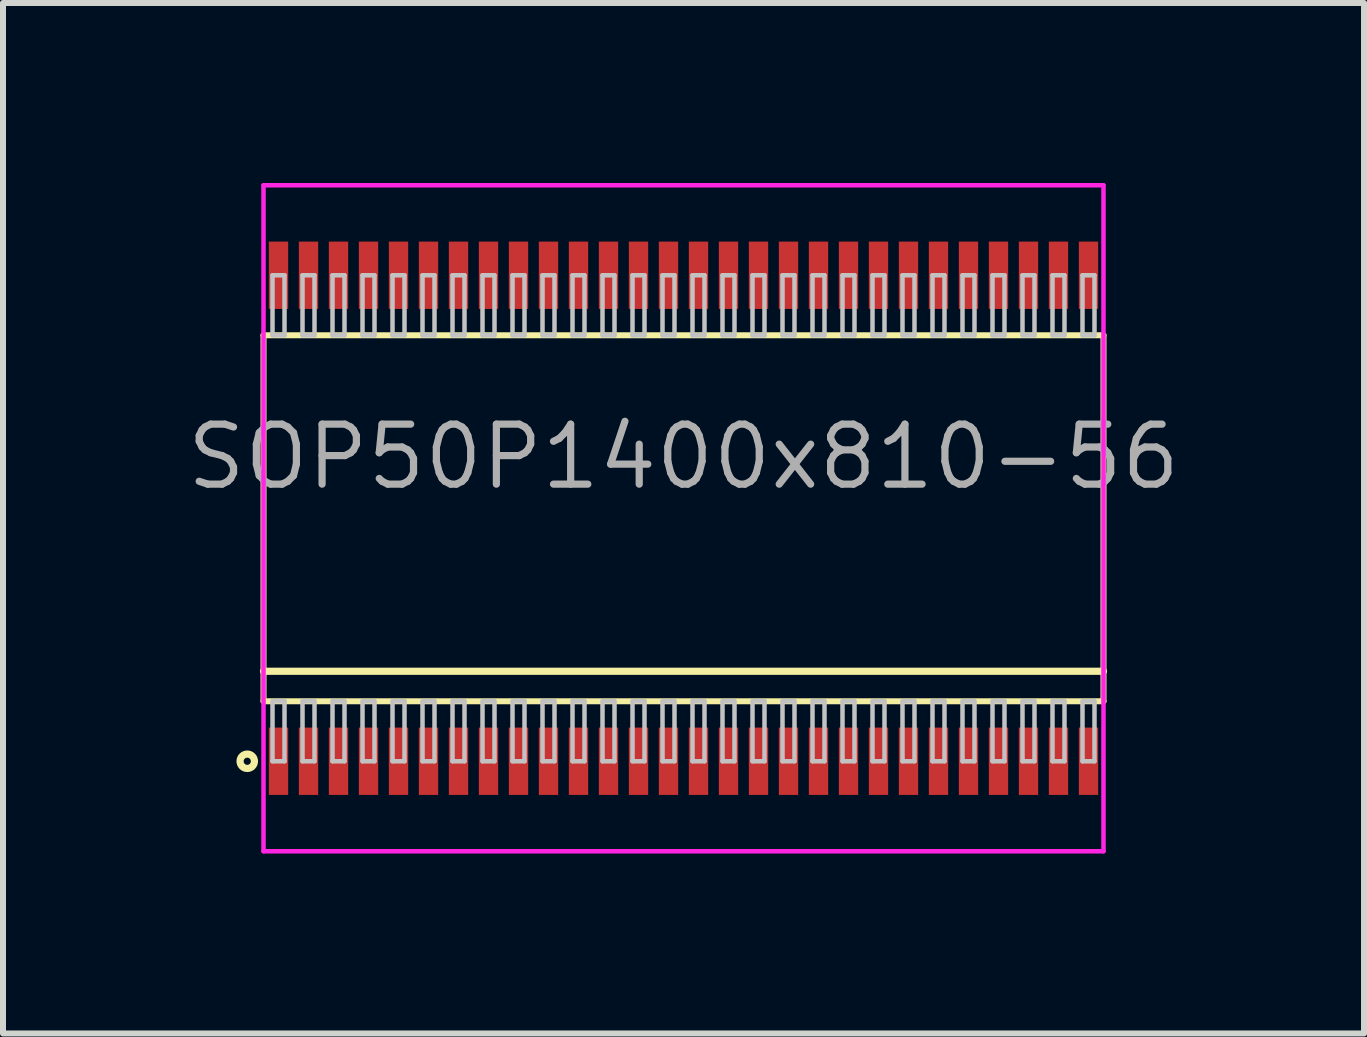
<source format=kicad_pcb>
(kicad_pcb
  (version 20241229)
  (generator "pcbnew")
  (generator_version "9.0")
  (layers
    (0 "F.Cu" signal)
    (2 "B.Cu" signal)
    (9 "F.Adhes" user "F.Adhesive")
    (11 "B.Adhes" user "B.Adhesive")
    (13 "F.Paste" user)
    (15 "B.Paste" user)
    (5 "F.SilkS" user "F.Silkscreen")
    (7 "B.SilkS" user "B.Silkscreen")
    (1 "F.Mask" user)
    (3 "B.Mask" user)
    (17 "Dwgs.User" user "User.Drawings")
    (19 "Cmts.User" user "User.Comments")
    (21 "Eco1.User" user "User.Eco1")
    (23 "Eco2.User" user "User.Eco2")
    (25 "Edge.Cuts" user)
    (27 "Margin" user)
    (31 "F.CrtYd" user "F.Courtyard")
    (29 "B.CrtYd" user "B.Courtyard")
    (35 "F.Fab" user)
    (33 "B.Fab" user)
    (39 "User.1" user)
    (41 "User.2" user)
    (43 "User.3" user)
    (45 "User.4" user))
  (footprint "SOP50P1400x810-56"
    (layer "F.Cu")
    (at 8.342 5.588)
    (property "Reference" "SOP50P1400x810-56" (at 0 -1.025 0) (layer "F.Fab") (effects (font (size 1 1) (thickness 0.12))))
    (attr through_hole)
    (fp_line (start -7 -3.05) (end -7 3.05) (stroke (width 0.1) (type solid)) (layer "F.SilkS"))
    (fp_line (start -7 2.55) (end 7 2.55) (stroke (width 0.12) (type solid)) (layer "F.SilkS"))
    (fp_line (start -7 3.05) (end 7 3.05) (stroke (width 0.1) (type solid)) (layer "F.SilkS"))
    (fp_line (start 7 -3.05) (end -7 -3.05) (stroke (width 0.1) (type solid)) (layer "F.SilkS"))
    (fp_line (start 7 3.05) (end 7 -3.05) (stroke (width 0.1) (type solid)) (layer "F.SilkS"))
    (fp_circle (center -7.271 4.05) (end -7.151 4.05) (stroke (width 0.12) (type solid)) (fill no) (layer "F.SilkS"))
    (fp_line (start -6.85 -4.05) (end -6.85 -3.05) (stroke (width 0.075) (type solid)) (layer "Dwgs.User"))
    (fp_line (start -6.85 -3.05) (end -6.65 -3.05) (stroke (width 0.075) (type solid)) (layer "Dwgs.User"))
    (fp_line (start -6.85 3.05) (end -6.65 3.05) (stroke (width 0.075) (type solid)) (layer "Dwgs.User"))
    (fp_line (start -6.85 4.05) (end -6.85 3.05) (stroke (width 0.075) (type solid)) (layer "Dwgs.User"))
    (fp_line (start -6.65 -4.05) (end -6.85 -4.05) (stroke (width 0.075) (type solid)) (layer "Dwgs.User"))
    (fp_line (start -6.65 -3.05) (end -6.65 -4.05) (stroke (width 0.075) (type solid)) (layer "Dwgs.User"))
    (fp_line (start -6.65 3.05) (end -6.65 4.05) (stroke (width 0.075) (type solid)) (layer "Dwgs.User"))
    (fp_line (start -6.65 4.05) (end -6.85 4.05) (stroke (width 0.075) (type solid)) (layer "Dwgs.User"))
    (fp_line (start -6.35 -4.05) (end -6.35 -3.05) (stroke (width 0.075) (type solid)) (layer "Dwgs.User"))
    (fp_line (start -6.35 -3.05) (end -6.15 -3.05) (stroke (width 0.075) (type solid)) (layer "Dwgs.User"))
    (fp_line (start -6.35 3.05) (end -6.15 3.05) (stroke (width 0.075) (type solid)) (layer "Dwgs.User"))
    (fp_line (start -6.35 4.05) (end -6.35 3.05) (stroke (width 0.075) (type solid)) (layer "Dwgs.User"))
    (fp_line (start -6.15 -4.05) (end -6.35 -4.05) (stroke (width 0.075) (type solid)) (layer "Dwgs.User"))
    (fp_line (start -6.15 -3.05) (end -6.15 -4.05) (stroke (width 0.075) (type solid)) (layer "Dwgs.User"))
    (fp_line (start -6.15 3.05) (end -6.15 4.05) (stroke (width 0.075) (type solid)) (layer "Dwgs.User"))
    (fp_line (start -6.15 4.05) (end -6.35 4.05) (stroke (width 0.075) (type solid)) (layer "Dwgs.User"))
    (fp_line (start -5.85 -4.05) (end -5.85 -3.05) (stroke (width 0.075) (type solid)) (layer "Dwgs.User"))
    (fp_line (start -5.85 -3.05) (end -5.65 -3.05) (stroke (width 0.075) (type solid)) (layer "Dwgs.User"))
    (fp_line (start -5.85 3.05) (end -5.65 3.05) (stroke (width 0.075) (type solid)) (layer "Dwgs.User"))
    (fp_line (start -5.85 4.05) (end -5.85 3.05) (stroke (width 0.075) (type solid)) (layer "Dwgs.User"))
    (fp_line (start -5.65 -4.05) (end -5.85 -4.05) (stroke (width 0.075) (type solid)) (layer "Dwgs.User"))
    (fp_line (start -5.65 -3.05) (end -5.65 -4.05) (stroke (width 0.075) (type solid)) (layer "Dwgs.User"))
    (fp_line (start -5.65 3.05) (end -5.65 4.05) (stroke (width 0.075) (type solid)) (layer "Dwgs.User"))
    (fp_line (start -5.65 4.05) (end -5.85 4.05) (stroke (width 0.075) (type solid)) (layer "Dwgs.User"))
    (fp_line (start -5.35 -4.05) (end -5.35 -3.05) (stroke (width 0.075) (type solid)) (layer "Dwgs.User"))
    (fp_line (start -5.35 -3.05) (end -5.15 -3.05) (stroke (width 0.075) (type solid)) (layer "Dwgs.User"))
    (fp_line (start -5.35 3.05) (end -5.15 3.05) (stroke (width 0.075) (type solid)) (layer "Dwgs.User"))
    (fp_line (start -5.35 4.05) (end -5.35 3.05) (stroke (width 0.075) (type solid)) (layer "Dwgs.User"))
    (fp_line (start -5.15 -4.05) (end -5.35 -4.05) (stroke (width 0.075) (type solid)) (layer "Dwgs.User"))
    (fp_line (start -5.15 -3.05) (end -5.15 -4.05) (stroke (width 0.075) (type solid)) (layer "Dwgs.User"))
    (fp_line (start -5.15 3.05) (end -5.15 4.05) (stroke (width 0.075) (type solid)) (layer "Dwgs.User"))
    (fp_line (start -5.15 4.05) (end -5.35 4.05) (stroke (width 0.075) (type solid)) (layer "Dwgs.User"))
    (fp_line (start -4.85 -4.05) (end -4.85 -3.05) (stroke (width 0.075) (type solid)) (layer "Dwgs.User"))
    (fp_line (start -4.85 -3.05) (end -4.65 -3.05) (stroke (width 0.075) (type solid)) (layer "Dwgs.User"))
    (fp_line (start -4.85 3.05) (end -4.65 3.05) (stroke (width 0.075) (type solid)) (layer "Dwgs.User"))
    (fp_line (start -4.85 4.05) (end -4.85 3.05) (stroke (width 0.075) (type solid)) (layer "Dwgs.User"))
    (fp_line (start -4.65 -4.05) (end -4.85 -4.05) (stroke (width 0.075) (type solid)) (layer "Dwgs.User"))
    (fp_line (start -4.65 -3.05) (end -4.65 -4.05) (stroke (width 0.075) (type solid)) (layer "Dwgs.User"))
    (fp_line (start -4.65 3.05) (end -4.65 4.05) (stroke (width 0.075) (type solid)) (layer "Dwgs.User"))
    (fp_line (start -4.65 4.05) (end -4.85 4.05) (stroke (width 0.075) (type solid)) (layer "Dwgs.User"))
    (fp_line (start -4.35 -4.05) (end -4.35 -3.05) (stroke (width 0.075) (type solid)) (layer "Dwgs.User"))
    (fp_line (start -4.35 -3.05) (end -4.15 -3.05) (stroke (width 0.075) (type solid)) (layer "Dwgs.User"))
    (fp_line (start -4.35 3.05) (end -4.15 3.05) (stroke (width 0.075) (type solid)) (layer "Dwgs.User"))
    (fp_line (start -4.35 4.05) (end -4.35 3.05) (stroke (width 0.075) (type solid)) (layer "Dwgs.User"))
    (fp_line (start -4.15 -4.05) (end -4.35 -4.05) (stroke (width 0.075) (type solid)) (layer "Dwgs.User"))
    (fp_line (start -4.15 -3.05) (end -4.15 -4.05) (stroke (width 0.075) (type solid)) (layer "Dwgs.User"))
    (fp_line (start -4.15 3.05) (end -4.15 4.05) (stroke (width 0.075) (type solid)) (layer "Dwgs.User"))
    (fp_line (start -4.15 4.05) (end -4.35 4.05) (stroke (width 0.075) (type solid)) (layer "Dwgs.User"))
    (fp_line (start -3.85 -4.05) (end -3.85 -3.05) (stroke (width 0.075) (type solid)) (layer "Dwgs.User"))
    (fp_line (start -3.85 -3.05) (end -3.65 -3.05) (stroke (width 0.075) (type solid)) (layer "Dwgs.User"))
    (fp_line (start -3.85 3.05) (end -3.65 3.05) (stroke (width 0.075) (type solid)) (layer "Dwgs.User"))
    (fp_line (start -3.85 4.05) (end -3.85 3.05) (stroke (width 0.075) (type solid)) (layer "Dwgs.User"))
    (fp_line (start -3.65 -4.05) (end -3.85 -4.05) (stroke (width 0.075) (type solid)) (layer "Dwgs.User"))
    (fp_line (start -3.65 -3.05) (end -3.65 -4.05) (stroke (width 0.075) (type solid)) (layer "Dwgs.User"))
    (fp_line (start -3.65 3.05) (end -3.65 4.05) (stroke (width 0.075) (type solid)) (layer "Dwgs.User"))
    (fp_line (start -3.65 4.05) (end -3.85 4.05) (stroke (width 0.075) (type solid)) (layer "Dwgs.User"))
    (fp_line (start -3.35 -4.05) (end -3.35 -3.05) (stroke (width 0.075) (type solid)) (layer "Dwgs.User"))
    (fp_line (start -3.35 -3.05) (end -3.15 -3.05) (stroke (width 0.075) (type solid)) (layer "Dwgs.User"))
    (fp_line (start -3.35 3.05) (end -3.15 3.05) (stroke (width 0.075) (type solid)) (layer "Dwgs.User"))
    (fp_line (start -3.35 4.05) (end -3.35 3.05) (stroke (width 0.075) (type solid)) (layer "Dwgs.User"))
    (fp_line (start -3.15 -4.05) (end -3.35 -4.05) (stroke (width 0.075) (type solid)) (layer "Dwgs.User"))
    (fp_line (start -3.15 -3.05) (end -3.15 -4.05) (stroke (width 0.075) (type solid)) (layer "Dwgs.User"))
    (fp_line (start -3.15 3.05) (end -3.15 4.05) (stroke (width 0.075) (type solid)) (layer "Dwgs.User"))
    (fp_line (start -3.15 4.05) (end -3.35 4.05) (stroke (width 0.075) (type solid)) (layer "Dwgs.User"))
    (fp_line (start -2.85 -4.05) (end -2.85 -3.05) (stroke (width 0.075) (type solid)) (layer "Dwgs.User"))
    (fp_line (start -2.85 -3.05) (end -2.65 -3.05) (stroke (width 0.075) (type solid)) (layer "Dwgs.User"))
    (fp_line (start -2.85 3.05) (end -2.65 3.05) (stroke (width 0.075) (type solid)) (layer "Dwgs.User"))
    (fp_line (start -2.85 4.05) (end -2.85 3.05) (stroke (width 0.075) (type solid)) (layer "Dwgs.User"))
    (fp_line (start -2.65 -4.05) (end -2.85 -4.05) (stroke (width 0.075) (type solid)) (layer "Dwgs.User"))
    (fp_line (start -2.65 -3.05) (end -2.65 -4.05) (stroke (width 0.075) (type solid)) (layer "Dwgs.User"))
    (fp_line (start -2.65 3.05) (end -2.65 4.05) (stroke (width 0.075) (type solid)) (layer "Dwgs.User"))
    (fp_line (start -2.65 4.05) (end -2.85 4.05) (stroke (width 0.075) (type solid)) (layer "Dwgs.User"))
    (fp_line (start -2.35 -4.05) (end -2.35 -3.05) (stroke (width 0.075) (type solid)) (layer "Dwgs.User"))
    (fp_line (start -2.35 -3.05) (end -2.15 -3.05) (stroke (width 0.075) (type solid)) (layer "Dwgs.User"))
    (fp_line (start -2.35 3.05) (end -2.15 3.05) (stroke (width 0.075) (type solid)) (layer "Dwgs.User"))
    (fp_line (start -2.35 4.05) (end -2.35 3.05) (stroke (width 0.075) (type solid)) (layer "Dwgs.User"))
    (fp_line (start -2.15 -4.05) (end -2.35 -4.05) (stroke (width 0.075) (type solid)) (layer "Dwgs.User"))
    (fp_line (start -2.15 -3.05) (end -2.15 -4.05) (stroke (width 0.075) (type solid)) (layer "Dwgs.User"))
    (fp_line (start -2.15 3.05) (end -2.15 4.05) (stroke (width 0.075) (type solid)) (layer "Dwgs.User"))
    (fp_line (start -2.15 4.05) (end -2.35 4.05) (stroke (width 0.075) (type solid)) (layer "Dwgs.User"))
    (fp_line (start -1.85 -4.05) (end -1.85 -3.05) (stroke (width 0.075) (type solid)) (layer "Dwgs.User"))
    (fp_line (start -1.85 -3.05) (end -1.65 -3.05) (stroke (width 0.075) (type solid)) (layer "Dwgs.User"))
    (fp_line (start -1.85 3.05) (end -1.65 3.05) (stroke (width 0.075) (type solid)) (layer "Dwgs.User"))
    (fp_line (start -1.85 4.05) (end -1.85 3.05) (stroke (width 0.075) (type solid)) (layer "Dwgs.User"))
    (fp_line (start -1.65 -4.05) (end -1.85 -4.05) (stroke (width 0.075) (type solid)) (layer "Dwgs.User"))
    (fp_line (start -1.65 -3.05) (end -1.65 -4.05) (stroke (width 0.075) (type solid)) (layer "Dwgs.User"))
    (fp_line (start -1.65 3.05) (end -1.65 4.05) (stroke (width 0.075) (type solid)) (layer "Dwgs.User"))
    (fp_line (start -1.65 4.05) (end -1.85 4.05) (stroke (width 0.075) (type solid)) (layer "Dwgs.User"))
    (fp_line (start -1.35 -4.05) (end -1.35 -3.05) (stroke (width 0.075) (type solid)) (layer "Dwgs.User"))
    (fp_line (start -1.35 -3.05) (end -1.15 -3.05) (stroke (width 0.075) (type solid)) (layer "Dwgs.User"))
    (fp_line (start -1.35 3.05) (end -1.15 3.05) (stroke (width 0.075) (type solid)) (layer "Dwgs.User"))
    (fp_line (start -1.35 4.05) (end -1.35 3.05) (stroke (width 0.075) (type solid)) (layer "Dwgs.User"))
    (fp_line (start -1.15 -4.05) (end -1.35 -4.05) (stroke (width 0.075) (type solid)) (layer "Dwgs.User"))
    (fp_line (start -1.15 -3.05) (end -1.15 -4.05) (stroke (width 0.075) (type solid)) (layer "Dwgs.User"))
    (fp_line (start -1.15 3.05) (end -1.15 4.05) (stroke (width 0.075) (type solid)) (layer "Dwgs.User"))
    (fp_line (start -1.15 4.05) (end -1.35 4.05) (stroke (width 0.075) (type solid)) (layer "Dwgs.User"))
    (fp_line (start -0.85 -4.05) (end -0.85 -3.05) (stroke (width 0.075) (type solid)) (layer "Dwgs.User"))
    (fp_line (start -0.85 -3.05) (end -0.65 -3.05) (stroke (width 0.075) (type solid)) (layer "Dwgs.User"))
    (fp_line (start -0.85 3.05) (end -0.65 3.05) (stroke (width 0.075) (type solid)) (layer "Dwgs.User"))
    (fp_line (start -0.85 4.05) (end -0.85 3.05) (stroke (width 0.075) (type solid)) (layer "Dwgs.User"))
    (fp_line (start -0.65 -4.05) (end -0.85 -4.05) (stroke (width 0.075) (type solid)) (layer "Dwgs.User"))
    (fp_line (start -0.65 -3.05) (end -0.65 -4.05) (stroke (width 0.075) (type solid)) (layer "Dwgs.User"))
    (fp_line (start -0.65 3.05) (end -0.65 4.05) (stroke (width 0.075) (type solid)) (layer "Dwgs.User"))
    (fp_line (start -0.65 4.05) (end -0.85 4.05) (stroke (width 0.075) (type solid)) (layer "Dwgs.User"))
    (fp_line (start -0.35 -4.05) (end -0.35 -3.05) (stroke (width 0.075) (type solid)) (layer "Dwgs.User"))
    (fp_line (start -0.35 -3.05) (end -0.15 -3.05) (stroke (width 0.075) (type solid)) (layer "Dwgs.User"))
    (fp_line (start -0.35 3.05) (end -0.15 3.05) (stroke (width 0.075) (type solid)) (layer "Dwgs.User"))
    (fp_line (start -0.35 4.05) (end -0.35 3.05) (stroke (width 0.075) (type solid)) (layer "Dwgs.User"))
    (fp_line (start -0.15 -4.05) (end -0.35 -4.05) (stroke (width 0.075) (type solid)) (layer "Dwgs.User"))
    (fp_line (start -0.15 -3.05) (end -0.15 -4.05) (stroke (width 0.075) (type solid)) (layer "Dwgs.User"))
    (fp_line (start -0.15 3.05) (end -0.15 4.05) (stroke (width 0.075) (type solid)) (layer "Dwgs.User"))
    (fp_line (start -0.15 4.05) (end -0.35 4.05) (stroke (width 0.075) (type solid)) (layer "Dwgs.User"))
    (fp_line (start 0.15 -4.05) (end 0.15 -3.05) (stroke (width 0.075) (type solid)) (layer "Dwgs.User"))
    (fp_line (start 0.15 -3.05) (end 0.35 -3.05) (stroke (width 0.075) (type solid)) (layer "Dwgs.User"))
    (fp_line (start 0.15 3.05) (end 0.35 3.05) (stroke (width 0.075) (type solid)) (layer "Dwgs.User"))
    (fp_line (start 0.15 4.05) (end 0.15 3.05) (stroke (width 0.075) (type solid)) (layer "Dwgs.User"))
    (fp_line (start 0.35 -4.05) (end 0.15 -4.05) (stroke (width 0.075) (type solid)) (layer "Dwgs.User"))
    (fp_line (start 0.35 -3.05) (end 0.35 -4.05) (stroke (width 0.075) (type solid)) (layer "Dwgs.User"))
    (fp_line (start 0.35 3.05) (end 0.35 4.05) (stroke (width 0.075) (type solid)) (layer "Dwgs.User"))
    (fp_line (start 0.35 4.05) (end 0.15 4.05) (stroke (width 0.075) (type solid)) (layer "Dwgs.User"))
    (fp_line (start 0.65 -4.05) (end 0.65 -3.05) (stroke (width 0.075) (type solid)) (layer "Dwgs.User"))
    (fp_line (start 0.65 -3.05) (end 0.85 -3.05) (stroke (width 0.075) (type solid)) (layer "Dwgs.User"))
    (fp_line (start 0.65 3.05) (end 0.85 3.05) (stroke (width 0.075) (type solid)) (layer "Dwgs.User"))
    (fp_line (start 0.65 4.05) (end 0.65 3.05) (stroke (width 0.075) (type solid)) (layer "Dwgs.User"))
    (fp_line (start 0.85 -4.05) (end 0.65 -4.05) (stroke (width 0.075) (type solid)) (layer "Dwgs.User"))
    (fp_line (start 0.85 -3.05) (end 0.85 -4.05) (stroke (width 0.075) (type solid)) (layer "Dwgs.User"))
    (fp_line (start 0.85 3.05) (end 0.85 4.05) (stroke (width 0.075) (type solid)) (layer "Dwgs.User"))
    (fp_line (start 0.85 4.05) (end 0.65 4.05) (stroke (width 0.075) (type solid)) (layer "Dwgs.User"))
    (fp_line (start 1.15 -4.05) (end 1.15 -3.05) (stroke (width 0.075) (type solid)) (layer "Dwgs.User"))
    (fp_line (start 1.15 -3.05) (end 1.35 -3.05) (stroke (width 0.075) (type solid)) (layer "Dwgs.User"))
    (fp_line (start 1.15 3.05) (end 1.35 3.05) (stroke (width 0.075) (type solid)) (layer "Dwgs.User"))
    (fp_line (start 1.15 4.05) (end 1.15 3.05) (stroke (width 0.075) (type solid)) (layer "Dwgs.User"))
    (fp_line (start 1.35 -4.05) (end 1.15 -4.05) (stroke (width 0.075) (type solid)) (layer "Dwgs.User"))
    (fp_line (start 1.35 -3.05) (end 1.35 -4.05) (stroke (width 0.075) (type solid)) (layer "Dwgs.User"))
    (fp_line (start 1.35 3.05) (end 1.35 4.05) (stroke (width 0.075) (type solid)) (layer "Dwgs.User"))
    (fp_line (start 1.35 4.05) (end 1.15 4.05) (stroke (width 0.075) (type solid)) (layer "Dwgs.User"))
    (fp_line (start 1.65 -4.05) (end 1.65 -3.05) (stroke (width 0.075) (type solid)) (layer "Dwgs.User"))
    (fp_line (start 1.65 -3.05) (end 1.85 -3.05) (stroke (width 0.075) (type solid)) (layer "Dwgs.User"))
    (fp_line (start 1.65 3.05) (end 1.85 3.05) (stroke (width 0.075) (type solid)) (layer "Dwgs.User"))
    (fp_line (start 1.65 4.05) (end 1.65 3.05) (stroke (width 0.075) (type solid)) (layer "Dwgs.User"))
    (fp_line (start 1.85 -4.05) (end 1.65 -4.05) (stroke (width 0.075) (type solid)) (layer "Dwgs.User"))
    (fp_line (start 1.85 -3.05) (end 1.85 -4.05) (stroke (width 0.075) (type solid)) (layer "Dwgs.User"))
    (fp_line (start 1.85 3.05) (end 1.85 4.05) (stroke (width 0.075) (type solid)) (layer "Dwgs.User"))
    (fp_line (start 1.85 4.05) (end 1.65 4.05) (stroke (width 0.075) (type solid)) (layer "Dwgs.User"))
    (fp_line (start 2.15 -4.05) (end 2.15 -3.05) (stroke (width 0.075) (type solid)) (layer "Dwgs.User"))
    (fp_line (start 2.15 -3.05) (end 2.35 -3.05) (stroke (width 0.075) (type solid)) (layer "Dwgs.User"))
    (fp_line (start 2.15 3.05) (end 2.35 3.05) (stroke (width 0.075) (type solid)) (layer "Dwgs.User"))
    (fp_line (start 2.15 4.05) (end 2.15 3.05) (stroke (width 0.075) (type solid)) (layer "Dwgs.User"))
    (fp_line (start 2.35 -4.05) (end 2.15 -4.05) (stroke (width 0.075) (type solid)) (layer "Dwgs.User"))
    (fp_line (start 2.35 -3.05) (end 2.35 -4.05) (stroke (width 0.075) (type solid)) (layer "Dwgs.User"))
    (fp_line (start 2.35 3.05) (end 2.35 4.05) (stroke (width 0.075) (type solid)) (layer "Dwgs.User"))
    (fp_line (start 2.35 4.05) (end 2.15 4.05) (stroke (width 0.075) (type solid)) (layer "Dwgs.User"))
    (fp_line (start 2.65 -4.05) (end 2.65 -3.05) (stroke (width 0.075) (type solid)) (layer "Dwgs.User"))
    (fp_line (start 2.65 -3.05) (end 2.85 -3.05) (stroke (width 0.075) (type solid)) (layer "Dwgs.User"))
    (fp_line (start 2.65 3.05) (end 2.85 3.05) (stroke (width 0.075) (type solid)) (layer "Dwgs.User"))
    (fp_line (start 2.65 4.05) (end 2.65 3.05) (stroke (width 0.075) (type solid)) (layer "Dwgs.User"))
    (fp_line (start 2.85 -4.05) (end 2.65 -4.05) (stroke (width 0.075) (type solid)) (layer "Dwgs.User"))
    (fp_line (start 2.85 -3.05) (end 2.85 -4.05) (stroke (width 0.075) (type solid)) (layer "Dwgs.User"))
    (fp_line (start 2.85 3.05) (end 2.85 4.05) (stroke (width 0.075) (type solid)) (layer "Dwgs.User"))
    (fp_line (start 2.85 4.05) (end 2.65 4.05) (stroke (width 0.075) (type solid)) (layer "Dwgs.User"))
    (fp_line (start 3.15 -4.05) (end 3.15 -3.05) (stroke (width 0.075) (type solid)) (layer "Dwgs.User"))
    (fp_line (start 3.15 -3.05) (end 3.35 -3.05) (stroke (width 0.075) (type solid)) (layer "Dwgs.User"))
    (fp_line (start 3.15 3.05) (end 3.35 3.05) (stroke (width 0.075) (type solid)) (layer "Dwgs.User"))
    (fp_line (start 3.15 4.05) (end 3.15 3.05) (stroke (width 0.075) (type solid)) (layer "Dwgs.User"))
    (fp_line (start 3.35 -4.05) (end 3.15 -4.05) (stroke (width 0.075) (type solid)) (layer "Dwgs.User"))
    (fp_line (start 3.35 -3.05) (end 3.35 -4.05) (stroke (width 0.075) (type solid)) (layer "Dwgs.User"))
    (fp_line (start 3.35 3.05) (end 3.35 4.05) (stroke (width 0.075) (type solid)) (layer "Dwgs.User"))
    (fp_line (start 3.35 4.05) (end 3.15 4.05) (stroke (width 0.075) (type solid)) (layer "Dwgs.User"))
    (fp_line (start 3.65 -4.05) (end 3.65 -3.05) (stroke (width 0.075) (type solid)) (layer "Dwgs.User"))
    (fp_line (start 3.65 -3.05) (end 3.85 -3.05) (stroke (width 0.075) (type solid)) (layer "Dwgs.User"))
    (fp_line (start 3.65 3.05) (end 3.85 3.05) (stroke (width 0.075) (type solid)) (layer "Dwgs.User"))
    (fp_line (start 3.65 4.05) (end 3.65 3.05) (stroke (width 0.075) (type solid)) (layer "Dwgs.User"))
    (fp_line (start 3.85 -4.05) (end 3.65 -4.05) (stroke (width 0.075) (type solid)) (layer "Dwgs.User"))
    (fp_line (start 3.85 -3.05) (end 3.85 -4.05) (stroke (width 0.075) (type solid)) (layer "Dwgs.User"))
    (fp_line (start 3.85 3.05) (end 3.85 4.05) (stroke (width 0.075) (type solid)) (layer "Dwgs.User"))
    (fp_line (start 3.85 4.05) (end 3.65 4.05) (stroke (width 0.075) (type solid)) (layer "Dwgs.User"))
    (fp_line (start 4.15 -4.05) (end 4.15 -3.05) (stroke (width 0.075) (type solid)) (layer "Dwgs.User"))
    (fp_line (start 4.15 -3.05) (end 4.35 -3.05) (stroke (width 0.075) (type solid)) (layer "Dwgs.User"))
    (fp_line (start 4.15 3.05) (end 4.35 3.05) (stroke (width 0.075) (type solid)) (layer "Dwgs.User"))
    (fp_line (start 4.15 4.05) (end 4.15 3.05) (stroke (width 0.075) (type solid)) (layer "Dwgs.User"))
    (fp_line (start 4.35 -4.05) (end 4.15 -4.05) (stroke (width 0.075) (type solid)) (layer "Dwgs.User"))
    (fp_line (start 4.35 -3.05) (end 4.35 -4.05) (stroke (width 0.075) (type solid)) (layer "Dwgs.User"))
    (fp_line (start 4.35 3.05) (end 4.35 4.05) (stroke (width 0.075) (type solid)) (layer "Dwgs.User"))
    (fp_line (start 4.35 4.05) (end 4.15 4.05) (stroke (width 0.075) (type solid)) (layer "Dwgs.User"))
    (fp_line (start 4.65 -4.05) (end 4.65 -3.05) (stroke (width 0.075) (type solid)) (layer "Dwgs.User"))
    (fp_line (start 4.65 -3.05) (end 4.85 -3.05) (stroke (width 0.075) (type solid)) (layer "Dwgs.User"))
    (fp_line (start 4.65 3.05) (end 4.85 3.05) (stroke (width 0.075) (type solid)) (layer "Dwgs.User"))
    (fp_line (start 4.65 4.05) (end 4.65 3.05) (stroke (width 0.075) (type solid)) (layer "Dwgs.User"))
    (fp_line (start 4.85 -4.05) (end 4.65 -4.05) (stroke (width 0.075) (type solid)) (layer "Dwgs.User"))
    (fp_line (start 4.85 -3.05) (end 4.85 -4.05) (stroke (width 0.075) (type solid)) (layer "Dwgs.User"))
    (fp_line (start 4.85 3.05) (end 4.85 4.05) (stroke (width 0.075) (type solid)) (layer "Dwgs.User"))
    (fp_line (start 4.85 4.05) (end 4.65 4.05) (stroke (width 0.075) (type solid)) (layer "Dwgs.User"))
    (fp_line (start 5.15 -4.05) (end 5.15 -3.05) (stroke (width 0.075) (type solid)) (layer "Dwgs.User"))
    (fp_line (start 5.15 -3.05) (end 5.35 -3.05) (stroke (width 0.075) (type solid)) (layer "Dwgs.User"))
    (fp_line (start 5.15 3.05) (end 5.35 3.05) (stroke (width 0.075) (type solid)) (layer "Dwgs.User"))
    (fp_line (start 5.15 4.05) (end 5.15 3.05) (stroke (width 0.075) (type solid)) (layer "Dwgs.User"))
    (fp_line (start 5.35 -4.05) (end 5.15 -4.05) (stroke (width 0.075) (type solid)) (layer "Dwgs.User"))
    (fp_line (start 5.35 -3.05) (end 5.35 -4.05) (stroke (width 0.075) (type solid)) (layer "Dwgs.User"))
    (fp_line (start 5.35 3.05) (end 5.35 4.05) (stroke (width 0.075) (type solid)) (layer "Dwgs.User"))
    (fp_line (start 5.35 4.05) (end 5.15 4.05) (stroke (width 0.075) (type solid)) (layer "Dwgs.User"))
    (fp_line (start 5.65 -4.05) (end 5.65 -3.05) (stroke (width 0.075) (type solid)) (layer "Dwgs.User"))
    (fp_line (start 5.65 -3.05) (end 5.85 -3.05) (stroke (width 0.075) (type solid)) (layer "Dwgs.User"))
    (fp_line (start 5.65 3.05) (end 5.85 3.05) (stroke (width 0.075) (type solid)) (layer "Dwgs.User"))
    (fp_line (start 5.65 4.05) (end 5.65 3.05) (stroke (width 0.075) (type solid)) (layer "Dwgs.User"))
    (fp_line (start 5.85 -4.05) (end 5.65 -4.05) (stroke (width 0.075) (type solid)) (layer "Dwgs.User"))
    (fp_line (start 5.85 -3.05) (end 5.85 -4.05) (stroke (width 0.075) (type solid)) (layer "Dwgs.User"))
    (fp_line (start 5.85 3.05) (end 5.85 4.05) (stroke (width 0.075) (type solid)) (layer "Dwgs.User"))
    (fp_line (start 5.85 4.05) (end 5.65 4.05) (stroke (width 0.075) (type solid)) (layer "Dwgs.User"))
    (fp_line (start 6.15 -4.05) (end 6.15 -3.05) (stroke (width 0.075) (type solid)) (layer "Dwgs.User"))
    (fp_line (start 6.15 -3.05) (end 6.35 -3.05) (stroke (width 0.075) (type solid)) (layer "Dwgs.User"))
    (fp_line (start 6.15 3.05) (end 6.35 3.05) (stroke (width 0.075) (type solid)) (layer "Dwgs.User"))
    (fp_line (start 6.15 4.05) (end 6.15 3.05) (stroke (width 0.075) (type solid)) (layer "Dwgs.User"))
    (fp_line (start 6.35 -4.05) (end 6.15 -4.05) (stroke (width 0.075) (type solid)) (layer "Dwgs.User"))
    (fp_line (start 6.35 -3.05) (end 6.35 -4.05) (stroke (width 0.075) (type solid)) (layer "Dwgs.User"))
    (fp_line (start 6.35 3.05) (end 6.35 4.05) (stroke (width 0.075) (type solid)) (layer "Dwgs.User"))
    (fp_line (start 6.35 4.05) (end 6.15 4.05) (stroke (width 0.075) (type solid)) (layer "Dwgs.User"))
    (fp_line (start 6.65 -4.05) (end 6.65 -3.05) (stroke (width 0.075) (type solid)) (layer "Dwgs.User"))
    (fp_line (start 6.65 -3.05) (end 6.85 -3.05) (stroke (width 0.075) (type solid)) (layer "Dwgs.User"))
    (fp_line (start 6.65 3.05) (end 6.85 3.05) (stroke (width 0.075) (type solid)) (layer "Dwgs.User"))
    (fp_line (start 6.65 4.05) (end 6.65 3.05) (stroke (width 0.075) (type solid)) (layer "Dwgs.User"))
    (fp_line (start 6.85 -4.05) (end 6.65 -4.05) (stroke (width 0.075) (type solid)) (layer "Dwgs.User"))
    (fp_line (start 6.85 -3.05) (end 6.85 -4.05) (stroke (width 0.075) (type solid)) (layer "Dwgs.User"))
    (fp_line (start 6.85 3.05) (end 6.85 4.05) (stroke (width 0.075) (type solid)) (layer "Dwgs.User"))
    (fp_line (start 6.85 4.05) (end 6.65 4.05) (stroke (width 0.075) (type solid)) (layer "Dwgs.User"))
    (fp_line (start -0.75 0) (end 0.75 0) (stroke (width 0.12) (type solid)) (layer "Eco1.User"))
    (fp_line (start 0 -0.75) (end 0 0.75) (stroke (width 0.12) (type solid)) (layer "Eco1.User"))
    (fp_circle (center 0 0) (end 0.5 0) (stroke (width 0.12) (type solid)) (fill no) (layer "Eco1.User"))
    (fp_line (start -7 -5.55) (end -7 5.55) (stroke (width 0.075) (type solid)) (layer "F.CrtYd"))
    (fp_line (start -7 5.55) (end 7 5.55) (stroke (width 0.075) (type solid)) (layer "F.CrtYd"))
    (fp_line (start 7 -5.55) (end -7 -5.55) (stroke (width 0.075) (type solid)) (layer "F.CrtYd"))
    (fp_line (start 7 5.55) (end 7 -5.55) (stroke (width 0.075) (type solid)) (layer "F.CrtYd"))
    (pad "1" smd rect (at -6.75 4.05) (size 0.322 1.122) (layers "F.Cu" "F.Mask" "F.Paste"))
    (pad "2" smd rect (at -6.25 4.05) (size 0.322 1.122) (layers "F.Cu" "F.Mask" "F.Paste"))
    (pad "3" smd rect (at -5.75 4.05) (size 0.322 1.122) (layers "F.Cu" "F.Mask" "F.Paste"))
    (pad "4" smd rect (at -5.25 4.05) (size 0.322 1.122) (layers "F.Cu" "F.Mask" "F.Paste"))
    (pad "5" smd rect (at -4.75 4.05) (size 0.322 1.122) (layers "F.Cu" "F.Mask" "F.Paste"))
    (pad "6" smd rect (at -4.25 4.05) (size 0.322 1.122) (layers "F.Cu" "F.Mask" "F.Paste"))
    (pad "7" smd rect (at -3.75 4.05) (size 0.322 1.122) (layers "F.Cu" "F.Mask" "F.Paste"))
    (pad "8" smd rect (at -3.25 4.05) (size 0.322 1.122) (layers "F.Cu" "F.Mask" "F.Paste"))
    (pad "9" smd rect (at -2.75 4.05) (size 0.322 1.122) (layers "F.Cu" "F.Mask" "F.Paste"))
    (pad "10" smd rect (at -2.25 4.05) (size 0.322 1.122) (layers "F.Cu" "F.Mask" "F.Paste"))
    (pad "11" smd rect (at -1.75 4.05) (size 0.322 1.122) (layers "F.Cu" "F.Mask" "F.Paste"))
    (pad "12" smd rect (at -1.25 4.05) (size 0.322 1.122) (layers "F.Cu" "F.Mask" "F.Paste"))
    (pad "13" smd rect (at -0.75 4.05) (size 0.322 1.122) (layers "F.Cu" "F.Mask" "F.Paste"))
    (pad "14" smd rect (at -0.25 4.05) (size 0.322 1.122) (layers "F.Cu" "F.Mask" "F.Paste"))
    (pad "15" smd rect (at 0.25 4.05) (size 0.322 1.122) (layers "F.Cu" "F.Mask" "F.Paste"))
    (pad "16" smd rect (at 0.75 4.05) (size 0.322 1.122) (layers "F.Cu" "F.Mask" "F.Paste"))
    (pad "17" smd rect (at 1.25 4.05) (size 0.322 1.122) (layers "F.Cu" "F.Mask" "F.Paste"))
    (pad "18" smd rect (at 1.75 4.05) (size 0.322 1.122) (layers "F.Cu" "F.Mask" "F.Paste"))
    (pad "19" smd rect (at 2.25 4.05) (size 0.322 1.122) (layers "F.Cu" "F.Mask" "F.Paste"))
    (pad "20" smd rect (at 2.75 4.05) (size 0.322 1.122) (layers "F.Cu" "F.Mask" "F.Paste"))
    (pad "21" smd rect (at 3.25 4.05) (size 0.322 1.122) (layers "F.Cu" "F.Mask" "F.Paste"))
    (pad "22" smd rect (at 3.75 4.05) (size 0.322 1.122) (layers "F.Cu" "F.Mask" "F.Paste"))
    (pad "23" smd rect (at 4.25 4.05) (size 0.322 1.122) (layers "F.Cu" "F.Mask" "F.Paste"))
    (pad "24" smd rect (at 4.75 4.05) (size 0.322 1.122) (layers "F.Cu" "F.Mask" "F.Paste"))
    (pad "25" smd rect (at 5.25 4.05) (size 0.322 1.122) (layers "F.Cu" "F.Mask" "F.Paste"))
    (pad "26" smd rect (at 5.75 4.05) (size 0.322 1.122) (layers "F.Cu" "F.Mask" "F.Paste"))
    (pad "27" smd rect (at 6.25 4.05) (size 0.322 1.122) (layers "F.Cu" "F.Mask" "F.Paste"))
    (pad "28" smd rect (at 6.75 4.05) (size 0.322 1.122) (layers "F.Cu" "F.Mask" "F.Paste"))
    (pad "29" smd rect (at 6.75 -4.05) (size 0.322 1.122) (layers "F.Cu" "F.Mask" "F.Paste"))
    (pad "30" smd rect (at 6.25 -4.05) (size 0.322 1.122) (layers "F.Cu" "F.Mask" "F.Paste"))
    (pad "31" smd rect (at 5.75 -4.05) (size 0.322 1.122) (layers "F.Cu" "F.Mask" "F.Paste"))
    (pad "32" smd rect (at 5.25 -4.05) (size 0.322 1.122) (layers "F.Cu" "F.Mask" "F.Paste"))
    (pad "33" smd rect (at 4.75 -4.05) (size 0.322 1.122) (layers "F.Cu" "F.Mask" "F.Paste"))
    (pad "34" smd rect (at 4.25 -4.05) (size 0.322 1.122) (layers "F.Cu" "F.Mask" "F.Paste"))
    (pad "35" smd rect (at 3.75 -4.05) (size 0.322 1.122) (layers "F.Cu" "F.Mask" "F.Paste"))
    (pad "36" smd rect (at 3.25 -4.05) (size 0.322 1.122) (layers "F.Cu" "F.Mask" "F.Paste"))
    (pad "37" smd rect (at 2.75 -4.05) (size 0.322 1.122) (layers "F.Cu" "F.Mask" "F.Paste"))
    (pad "38" smd rect (at 2.25 -4.05) (size 0.322 1.122) (layers "F.Cu" "F.Mask" "F.Paste"))
    (pad "39" smd rect (at 1.75 -4.05) (size 0.322 1.122) (layers "F.Cu" "F.Mask" "F.Paste"))
    (pad "40" smd rect (at 1.25 -4.05) (size 0.322 1.122) (layers "F.Cu" "F.Mask" "F.Paste"))
    (pad "41" smd rect (at 0.75 -4.05) (size 0.322 1.122) (layers "F.Cu" "F.Mask" "F.Paste"))
    (pad "42" smd rect (at 0.25 -4.05) (size 0.322 1.122) (layers "F.Cu" "F.Mask" "F.Paste"))
    (pad "43" smd rect (at -0.25 -4.05) (size 0.322 1.122) (layers "F.Cu" "F.Mask" "F.Paste"))
    (pad "44" smd rect (at -0.75 -4.05) (size 0.322 1.122) (layers "F.Cu" "F.Mask" "F.Paste"))
    (pad "45" smd rect (at -1.25 -4.05) (size 0.322 1.122) (layers "F.Cu" "F.Mask" "F.Paste"))
    (pad "46" smd rect (at -1.75 -4.05) (size 0.322 1.122) (layers "F.Cu" "F.Mask" "F.Paste"))
    (pad "47" smd rect (at -2.25 -4.05) (size 0.322 1.122) (layers "F.Cu" "F.Mask" "F.Paste"))
    (pad "48" smd rect (at -2.75 -4.05) (size 0.322 1.122) (layers "F.Cu" "F.Mask" "F.Paste"))
    (pad "49" smd rect (at -3.25 -4.05) (size 0.322 1.122) (layers "F.Cu" "F.Mask" "F.Paste"))
    (pad "50" smd rect (at -3.75 -4.05) (size 0.322 1.122) (layers "F.Cu" "F.Mask" "F.Paste"))
    (pad "51" smd rect (at -4.25 -4.05) (size 0.322 1.122) (layers "F.Cu" "F.Mask" "F.Paste"))
    (pad "52" smd rect (at -4.75 -4.05) (size 0.322 1.122) (layers "F.Cu" "F.Mask" "F.Paste"))
    (pad "53" smd rect (at -5.25 -4.05) (size 0.322 1.122) (layers "F.Cu" "F.Mask" "F.Paste"))
    (pad "54" smd rect (at -5.75 -4.05) (size 0.322 1.122) (layers "F.Cu" "F.Mask" "F.Paste"))
    (pad "55" smd rect (at -6.25 -4.05) (size 0.322 1.122) (layers "F.Cu" "F.Mask" "F.Paste"))
    (pad "56" smd rect (at -6.75 -4.05) (size 0.322 1.122) (layers "F.Cu" "F.Mask" "F.Paste")))
  (gr_rect
    (start -3 -3)
    (end 19.684 14.175)
    (stroke (width 0.1) (type default))
    (fill no)
    (layer "Edge.Cuts")))
</source>
